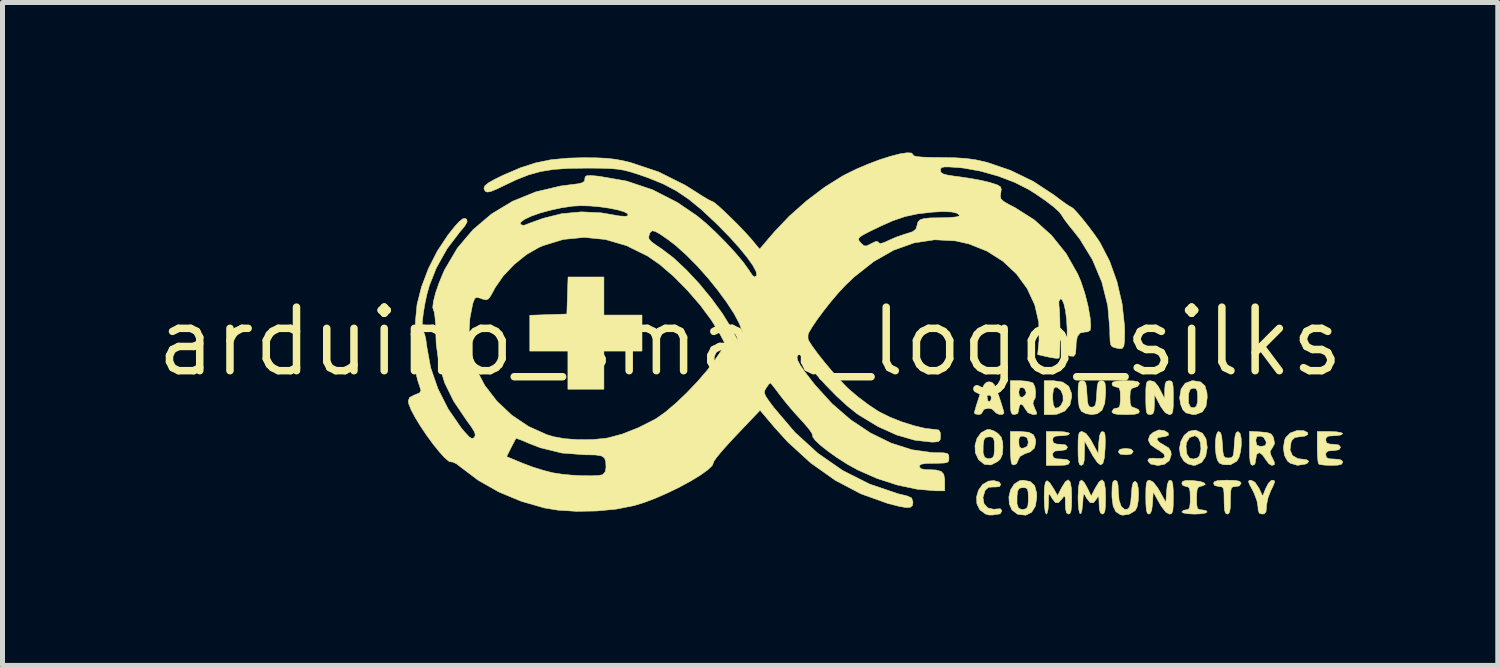
<source format=kicad_pcb>
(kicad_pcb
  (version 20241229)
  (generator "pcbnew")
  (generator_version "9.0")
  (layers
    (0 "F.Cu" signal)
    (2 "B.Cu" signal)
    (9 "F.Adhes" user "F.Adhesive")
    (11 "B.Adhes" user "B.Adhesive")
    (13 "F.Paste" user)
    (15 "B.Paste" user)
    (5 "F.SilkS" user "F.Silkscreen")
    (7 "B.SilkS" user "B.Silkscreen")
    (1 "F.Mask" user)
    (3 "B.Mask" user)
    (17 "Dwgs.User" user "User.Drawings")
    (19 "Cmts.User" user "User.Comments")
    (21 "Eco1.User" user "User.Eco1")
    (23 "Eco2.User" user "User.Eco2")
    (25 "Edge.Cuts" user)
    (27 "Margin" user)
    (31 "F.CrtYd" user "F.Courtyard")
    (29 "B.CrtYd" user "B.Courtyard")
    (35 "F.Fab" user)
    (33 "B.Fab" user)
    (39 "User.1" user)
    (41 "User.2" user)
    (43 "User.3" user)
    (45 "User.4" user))
  (footprint "arduino_small_logo_silks"
    (layer "F.Cu")
    (at 11.951 3.783)
    (property "Reference" "arduino_small_logo_silks" (at 0 0 0) (layer "F.SilkS") (effects (font (size 1.27 1.27) (thickness 0.15))))
    (attr through_hole)
    (fp_poly (pts (xy 7.62 2.149) (xy 7.659 2.193) (xy 7.659 2.199) (xy 7.627 2.246) (xy 7.524 2.262) (xy 7.511 2.262) (xy 7.401 2.249) (xy 7.363 2.205) (xy 7.363 2.199) (xy 7.395 2.152) (xy 7.497 2.135) (xy 7.511 2.135) (xy 7.62 2.149)) (stroke (width 0.01) (type solid)) (fill yes) (layer "F.SilkS"))
    (fp_poly (pts (xy -2.924 -0.532) (xy -2.162 -0.532) (xy -2.162 0.188) (xy -2.924 0.188) (xy -2.924 0.95) (xy -3.644 0.95) (xy -3.644 0.188) (xy -4.406 0.188) (xy -4.406 -0.528) (xy -4.036 -0.541) (xy -3.665 -0.553) (xy -3.653 -0.923) (xy -3.641 -1.294) (xy -2.924 -1.294) (xy -2.924 -0.532)) (stroke (width 0.01) (type solid)) (fill yes) (layer "F.SilkS"))
    (fp_poly (pts (xy 11.072 1.78) (xy 11.15 1.817) (xy 11.153 1.858) (xy 11.09 1.89) (xy 11.002 1.9) (xy 10.894 1.916) (xy 10.836 1.972) (xy 10.817 2.017) (xy 10.797 2.165) (xy 10.846 2.277) (xy 10.953 2.339) (xy 11.024 2.347) (xy 11.13 2.36) (xy 11.172 2.392) (xy 11.141 2.432) (xy 11.106 2.448) (xy 10.946 2.473) (xy 10.802 2.43) (xy 10.749 2.389) (xy 10.686 2.275) (xy 10.665 2.123) (xy 10.688 1.971) (xy 10.71 1.919) (xy 10.802 1.826) (xy 10.938 1.776) (xy 11.072 1.78)) (stroke (width 0.01) (type solid)) (fill yes) (layer "F.SilkS"))
    (fp_poly (pts (xy 6.253 0.809) (xy 6.372 0.893) (xy 6.427 1.033) (xy 6.431 1.1) (xy 6.395 1.266) (xy 6.292 1.387) (xy 6.137 1.451) (xy 6.052 1.458) (xy 5.881 1.458) (xy 5.881 1.119) (xy 6.05 1.119) (xy 6.063 1.265) (xy 6.103 1.331) (xy 6.169 1.316) (xy 6.211 1.28) (xy 6.259 1.186) (xy 6.257 1.074) (xy 6.215 0.973) (xy 6.141 0.913) (xy 6.105 0.908) (xy 6.069 0.943) (xy 6.052 1.054) (xy 6.05 1.119) (xy 5.881 1.119) (xy 5.881 0.781) (xy 6.072 0.781) (xy 6.253 0.809)) (stroke (width 0.01) (type solid)) (fill yes) (layer "F.SilkS"))
    (fp_poly (pts (xy 10.48 2.776) (xy 10.489 2.806) (xy 10.463 2.877) (xy 10.411 2.982) (xy 10.356 3.125) (xy 10.327 3.269) (xy 10.326 3.298) (xy 10.317 3.401) (xy 10.281 3.442) (xy 10.241 3.448) (xy 10.182 3.43) (xy 10.159 3.363) (xy 10.157 3.305) (xy 10.136 3.183) (xy 10.082 3.036) (xy 10.047 2.966) (xy 9.986 2.853) (xy 9.966 2.795) (xy 9.983 2.773) (xy 10.018 2.77) (xy 10.096 2.811) (xy 10.173 2.925) (xy 10.175 2.929) (xy 10.25 3.088) (xy 10.314 2.929) (xy 10.367 2.829) (xy 10.422 2.774) (xy 10.436 2.77) (xy 10.48 2.776)) (stroke (width 0.01) (type solid)) (fill yes) (layer "F.SilkS"))
    (fp_poly (pts (xy 4.981 2.807) (xy 5.013 2.855) (xy 4.986 2.899) (xy 4.897 2.907) (xy 4.879 2.905) (xy 4.767 2.912) (xy 4.702 2.97) (xy 4.699 2.976) (xy 4.656 3.118) (xy 4.678 3.24) (xy 4.753 3.324) (xy 4.871 3.352) (xy 4.914 3.347) (xy 5.004 3.341) (xy 5.034 3.378) (xy 5.034 3.385) (xy 5.002 3.441) (xy 4.974 3.448) (xy 4.877 3.461) (xy 4.858 3.466) (xy 4.776 3.466) (xy 4.709 3.447) (xy 4.594 3.363) (xy 4.535 3.242) (xy 4.528 3.103) (xy 4.568 2.968) (xy 4.649 2.856) (xy 4.767 2.788) (xy 4.876 2.778) (xy 4.981 2.807)) (stroke (width 0.01) (type solid)) (fill yes) (layer "F.SilkS"))
    (fp_poly (pts (xy 9.697 2.775) (xy 9.783 2.79) (xy 9.816 2.819) (xy 9.818 2.834) (xy 9.781 2.885) (xy 9.712 2.897) (xy 9.655 2.902) (xy 9.624 2.929) (xy 9.61 2.998) (xy 9.606 3.128) (xy 9.606 3.172) (xy 9.602 3.327) (xy 9.587 3.413) (xy 9.557 3.446) (xy 9.543 3.448) (xy 9.507 3.429) (xy 9.487 3.364) (xy 9.48 3.235) (xy 9.479 3.172) (xy 9.477 3.025) (xy 9.467 2.942) (xy 9.441 2.906) (xy 9.391 2.897) (xy 9.373 2.897) (xy 9.288 2.875) (xy 9.268 2.834) (xy 9.286 2.798) (xy 9.352 2.778) (xy 9.48 2.771) (xy 9.543 2.77) (xy 9.697 2.775)) (stroke (width 0.01) (type solid)) (fill yes) (layer "F.SilkS"))
    (fp_poly (pts (xy 5.571 1.811) (xy 5.667 1.862) (xy 5.708 1.956) (xy 5.712 2.012) (xy 5.687 2.127) (xy 5.603 2.203) (xy 5.492 2.242) (xy 5.394 2.297) (xy 5.365 2.358) (xy 5.329 2.441) (xy 5.271 2.467) (xy 5.233 2.447) (xy 5.219 2.393) (xy 5.208 2.278) (xy 5.204 2.126) (xy 5.204 2.107) (xy 5.204 2.008) (xy 5.373 2.008) (xy 5.382 2.1) (xy 5.421 2.13) (xy 5.468 2.128) (xy 5.544 2.091) (xy 5.564 2.008) (xy 5.54 1.921) (xy 5.468 1.889) (xy 5.402 1.892) (xy 5.376 1.943) (xy 5.373 2.008) (xy 5.204 2.008) (xy 5.204 1.797) (xy 5.407 1.797) (xy 5.571 1.811)) (stroke (width 0.01) (type solid)) (fill yes) (layer "F.SilkS"))
    (fp_poly (pts (xy 8.284 1.779) (xy 8.363 1.827) (xy 8.365 1.873) (xy 8.291 1.9) (xy 8.252 1.903) (xy 8.156 1.918) (xy 8.136 1.96) (xy 8.192 2.019) (xy 8.267 2.062) (xy 8.371 2.125) (xy 8.415 2.196) (xy 8.421 2.261) (xy 8.385 2.376) (xy 8.29 2.45) (xy 8.157 2.476) (xy 8.008 2.446) (xy 7.959 2.391) (xy 7.955 2.369) (xy 7.981 2.334) (xy 8.068 2.329) (xy 8.125 2.335) (xy 8.247 2.336) (xy 8.296 2.302) (xy 8.273 2.243) (xy 8.177 2.171) (xy 8.135 2.149) (xy 8.009 2.062) (xy 7.962 1.967) (xy 7.995 1.872) (xy 8.062 1.813) (xy 8.175 1.764) (xy 8.284 1.779)) (stroke (width 0.01) (type solid)) (fill yes) (layer "F.SilkS"))
    (fp_poly (pts (xy 7.338 2.792) (xy 7.358 2.867) (xy 7.363 2.995) (xy 7.379 3.173) (xy 7.423 3.297) (xy 7.489 3.354) (xy 7.545 3.351) (xy 7.587 3.309) (xy 7.612 3.211) (xy 7.625 3.058) (xy 7.638 2.904) (xy 7.659 2.821) (xy 7.695 2.792) (xy 7.701 2.792) (xy 7.739 2.829) (xy 7.761 2.924) (xy 7.769 3.052) (xy 7.761 3.188) (xy 7.739 3.305) (xy 7.701 3.378) (xy 7.701 3.378) (xy 7.583 3.449) (xy 7.453 3.47) (xy 7.405 3.46) (xy 7.314 3.4) (xy 7.26 3.289) (xy 7.237 3.115) (xy 7.236 3.037) (xy 7.24 2.886) (xy 7.256 2.802) (xy 7.287 2.772) (xy 7.299 2.77) (xy 7.338 2.792)) (stroke (width 0.01) (type solid)) (fill yes) (layer "F.SilkS"))
    (fp_poly (pts (xy 6.284 1.804) (xy 6.368 1.822) (xy 6.389 1.839) (xy 6.351 1.866) (xy 6.258 1.88) (xy 6.22 1.881) (xy 6.109 1.888) (xy 6.06 1.917) (xy 6.05 1.966) (xy 6.067 2.024) (xy 6.132 2.048) (xy 6.199 2.051) (xy 6.308 2.064) (xy 6.346 2.108) (xy 6.347 2.114) (xy 6.315 2.161) (xy 6.212 2.178) (xy 6.199 2.178) (xy 6.096 2.187) (xy 6.055 2.224) (xy 6.05 2.262) (xy 6.065 2.318) (xy 6.122 2.342) (xy 6.22 2.347) (xy 6.337 2.357) (xy 6.386 2.392) (xy 6.389 2.41) (xy 6.368 2.449) (xy 6.295 2.469) (xy 6.156 2.474) (xy 5.923 2.474) (xy 5.923 1.797) (xy 6.156 1.797) (xy 6.284 1.804)) (stroke (width 0.01) (type solid)) (fill yes) (layer "F.SilkS"))
    (fp_poly (pts (xy 7.081 1.811) (xy 7.098 1.866) (xy 7.103 1.977) (xy 7.1 2.124) (xy 7.085 2.32) (xy 7.055 2.433) (xy 7.009 2.465) (xy 6.944 2.415) (xy 6.856 2.286) (xy 6.825 2.231) (xy 6.689 1.987) (xy 6.687 2.231) (xy 6.681 2.375) (xy 6.661 2.451) (xy 6.625 2.474) (xy 6.622 2.474) (xy 6.589 2.458) (xy 6.57 2.4) (xy 6.56 2.285) (xy 6.558 2.135) (xy 6.56 1.966) (xy 6.569 1.865) (xy 6.587 1.814) (xy 6.621 1.798) (xy 6.64 1.797) (xy 6.717 1.836) (xy 6.807 1.955) (xy 6.841 2.016) (xy 6.96 2.236) (xy 6.973 2.016) (xy 6.989 1.877) (xy 7.019 1.809) (xy 7.049 1.797) (xy 7.081 1.811)) (stroke (width 0.01) (type solid)) (fill yes) (layer "F.SilkS"))
    (fp_poly (pts (xy 8.921 1.774) (xy 9.047 1.832) (xy 9.117 1.941) (xy 9.141 2.112) (xy 9.141 2.122) (xy 9.111 2.294) (xy 9.03 2.415) (xy 8.905 2.471) (xy 8.866 2.474) (xy 8.756 2.445) (xy 8.675 2.389) (xy 8.604 2.271) (xy 8.586 2.132) (xy 8.593 2.098) (xy 8.717 2.098) (xy 8.734 2.247) (xy 8.787 2.327) (xy 8.866 2.347) (xy 8.952 2.321) (xy 8.988 2.28) (xy 9.016 2.146) (xy 9.006 2.019) (xy 8.963 1.922) (xy 8.895 1.881) (xy 8.891 1.881) (xy 8.787 1.918) (xy 8.727 2.018) (xy 8.717 2.098) (xy 8.593 2.098) (xy 8.615 1.992) (xy 8.681 1.871) (xy 8.778 1.791) (xy 8.896 1.769) (xy 8.921 1.774)) (stroke (width 0.01) (type solid)) (fill yes) (layer "F.SilkS"))
    (fp_poly (pts (xy 9.008 0.805) (xy 9.097 0.885) (xy 9.137 1.028) (xy 9.141 1.116) (xy 9.117 1.293) (xy 9.043 1.405) (xy 8.915 1.454) (xy 8.854 1.458) (xy 8.719 1.424) (xy 8.656 1.364) (xy 8.61 1.256) (xy 8.59 1.124) (xy 8.59 1.119) (xy 8.598 1.07) (xy 8.767 1.07) (xy 8.768 1.228) (xy 8.808 1.311) (xy 8.876 1.323) (xy 8.924 1.293) (xy 8.946 1.214) (xy 8.95 1.119) (xy 8.945 1) (xy 8.921 0.944) (xy 8.871 0.929) (xy 8.866 0.929) (xy 8.803 0.95) (xy 8.773 1.028) (xy 8.767 1.07) (xy 8.598 1.07) (xy 8.619 0.945) (xy 8.701 0.831) (xy 8.834 0.782) (xy 8.865 0.781) (xy 9.008 0.805)) (stroke (width 0.01) (type solid)) (fill yes) (layer "F.SilkS"))
    (fp_poly (pts (xy 5.601 2.796) (xy 5.69 2.878) (xy 5.729 3.024) (xy 5.733 3.104) (xy 5.706 3.287) (xy 5.63 3.412) (xy 5.513 3.47) (xy 5.364 3.454) (xy 5.341 3.446) (xy 5.237 3.366) (xy 5.183 3.244) (xy 5.183 3.24) (xy 5.337 3.24) (xy 5.367 3.329) (xy 5.434 3.358) (xy 5.468 3.355) (xy 5.525 3.337) (xy 5.554 3.289) (xy 5.563 3.188) (xy 5.564 3.13) (xy 5.56 3.005) (xy 5.543 2.942) (xy 5.5 2.921) (xy 5.458 2.918) (xy 5.387 2.93) (xy 5.353 2.98) (xy 5.338 3.082) (xy 5.337 3.24) (xy 5.183 3.24) (xy 5.175 3.103) (xy 5.209 2.964) (xy 5.281 2.849) (xy 5.388 2.78) (xy 5.456 2.77) (xy 5.601 2.796)) (stroke (width 0.01) (type solid)) (fill yes) (layer "F.SilkS"))
    (fp_poly (pts (xy 7.073 0.791) (xy 7.098 0.834) (xy 7.108 0.931) (xy 7.109 1.025) (xy 7.092 1.233) (xy 7.038 1.369) (xy 6.943 1.441) (xy 6.834 1.458) (xy 6.715 1.439) (xy 6.626 1.393) (xy 6.625 1.391) (xy 6.582 1.31) (xy 6.561 1.165) (xy 6.558 1.053) (xy 6.561 0.905) (xy 6.573 0.822) (xy 6.601 0.787) (xy 6.641 0.781) (xy 6.687 0.791) (xy 6.714 0.836) (xy 6.729 0.933) (xy 6.736 1.045) (xy 6.746 1.191) (xy 6.764 1.271) (xy 6.796 1.304) (xy 6.833 1.31) (xy 6.881 1.3) (xy 6.908 1.257) (xy 6.923 1.163) (xy 6.931 1.045) (xy 6.941 0.899) (xy 6.959 0.819) (xy 6.991 0.786) (xy 7.026 0.781) (xy 7.073 0.791)) (stroke (width 0.01) (type solid)) (fill yes) (layer "F.SilkS"))
    (fp_poly (pts (xy 8.434 2.788) (xy 8.453 2.851) (xy 8.462 2.973) (xy 8.463 3.109) (xy 8.461 3.278) (xy 8.453 3.38) (xy 8.433 3.431) (xy 8.4 3.447) (xy 8.385 3.448) (xy 8.313 3.408) (xy 8.224 3.293) (xy 8.184 3.225) (xy 8.061 3.003) (xy 8.048 3.225) (xy 8.032 3.367) (xy 8.002 3.436) (xy 7.974 3.448) (xy 7.943 3.43) (xy 7.924 3.367) (xy 7.915 3.245) (xy 7.913 3.109) (xy 7.915 2.94) (xy 7.924 2.838) (xy 7.943 2.787) (xy 7.977 2.771) (xy 7.991 2.77) (xy 8.063 2.81) (xy 8.152 2.925) (xy 8.192 2.993) (xy 8.315 3.215) (xy 8.328 2.993) (xy 8.344 2.851) (xy 8.374 2.782) (xy 8.402 2.77) (xy 8.434 2.788)) (stroke (width 0.01) (type solid)) (fill yes) (layer "F.SilkS"))
    (fp_poly (pts (xy 9.798 1.834) (xy 9.82 1.928) (xy 9.824 2.056) (xy 9.809 2.192) (xy 9.778 2.312) (xy 9.733 2.389) (xy 9.606 2.462) (xy 9.46 2.46) (xy 9.384 2.428) (xy 9.344 2.368) (xy 9.317 2.257) (xy 9.304 2.121) (xy 9.306 1.984) (xy 9.322 1.87) (xy 9.353 1.804) (xy 9.371 1.797) (xy 9.409 1.821) (xy 9.432 1.902) (xy 9.445 2.054) (xy 9.446 2.061) (xy 9.455 2.206) (xy 9.471 2.285) (xy 9.502 2.319) (xy 9.557 2.326) (xy 9.564 2.326) (xy 9.622 2.32) (xy 9.655 2.29) (xy 9.672 2.216) (xy 9.682 2.079) (xy 9.682 2.061) (xy 9.695 1.907) (xy 9.718 1.823) (xy 9.755 1.797) (xy 9.757 1.797) (xy 9.798 1.834)) (stroke (width 0.01) (type solid)) (fill yes) (layer "F.SilkS"))
    (fp_poly (pts (xy 4.867 1.78) (xy 4.956 1.835) (xy 5.022 1.91) (xy 5.051 2.012) (xy 5.056 2.114) (xy 5.045 2.254) (xy 5.005 2.344) (xy 4.956 2.393) (xy 4.817 2.465) (xy 4.686 2.454) (xy 4.569 2.359) (xy 4.568 2.358) (xy 4.505 2.224) (xy 4.659 2.224) (xy 4.69 2.313) (xy 4.757 2.342) (xy 4.791 2.339) (xy 4.848 2.321) (xy 4.876 2.273) (xy 4.886 2.172) (xy 4.886 2.114) (xy 4.883 1.989) (xy 4.865 1.926) (xy 4.823 1.905) (xy 4.78 1.903) (xy 4.71 1.914) (xy 4.676 1.964) (xy 4.661 2.066) (xy 4.659 2.224) (xy 4.505 2.224) (xy 4.504 2.224) (xy 4.497 2.074) (xy 4.538 1.933) (xy 4.62 1.82) (xy 4.734 1.759) (xy 4.78 1.754) (xy 4.867 1.78)) (stroke (width 0.01) (type solid)) (fill yes) (layer "F.SilkS"))
    (fp_poly (pts (xy 7.078 2.804) (xy 7.102 2.928) (xy 7.109 3.109) (xy 7.106 3.283) (xy 7.095 3.387) (xy 7.073 3.437) (xy 7.045 3.448) (xy 7.004 3.423) (xy 6.983 3.339) (xy 6.979 3.247) (xy 6.975 3.132) (xy 6.964 3.092) (xy 6.943 3.116) (xy 6.93 3.141) (xy 6.867 3.222) (xy 6.8 3.219) (xy 6.731 3.132) (xy 6.724 3.12) (xy 6.689 3.056) (xy 6.67 3.047) (xy 6.66 3.103) (xy 6.652 3.225) (xy 6.636 3.371) (xy 6.615 3.439) (xy 6.593 3.433) (xy 6.573 3.358) (xy 6.561 3.221) (xy 6.558 3.109) (xy 6.566 2.912) (xy 6.59 2.798) (xy 6.629 2.767) (xy 6.684 2.819) (xy 6.745 2.929) (xy 6.821 3.088) (xy 6.902 2.929) (xy 6.978 2.805) (xy 7.037 2.763) (xy 7.078 2.804)) (stroke (width 0.01) (type solid)) (fill yes) (layer "F.SilkS"))
    (fp_poly (pts (xy 8.421 0.788) (xy 8.446 0.82) (xy 8.459 0.895) (xy 8.463 1.03) (xy 8.463 1.119) (xy 8.462 1.288) (xy 8.453 1.389) (xy 8.435 1.44) (xy 8.401 1.457) (xy 8.379 1.458) (xy 8.302 1.42) (xy 8.217 1.305) (xy 8.191 1.257) (xy 8.086 1.056) (xy 8.084 1.257) (xy 8.078 1.38) (xy 8.056 1.44) (xy 8.01 1.458) (xy 7.998 1.458) (xy 7.955 1.451) (xy 7.93 1.418) (xy 7.918 1.343) (xy 7.913 1.209) (xy 7.913 1.119) (xy 7.914 0.951) (xy 7.922 0.851) (xy 7.94 0.8) (xy 7.974 0.783) (xy 8.01 0.781) (xy 8.088 0.805) (xy 8.159 0.89) (xy 8.198 0.961) (xy 8.289 1.141) (xy 8.291 0.961) (xy 8.3 0.845) (xy 8.326 0.793) (xy 8.379 0.781) (xy 8.421 0.788)) (stroke (width 0.01) (type solid)) (fill yes) (layer "F.SilkS"))
    (fp_poly (pts (xy 8.833 2.777) (xy 8.866 2.779) (xy 8.999 2.795) (xy 9.081 2.823) (xy 9.104 2.854) (xy 9.056 2.881) (xy 9.015 2.89) (xy 8.965 2.909) (xy 8.939 2.96) (xy 8.93 3.066) (xy 8.929 3.133) (xy 8.932 3.265) (xy 8.947 3.334) (xy 8.983 3.359) (xy 9.035 3.363) (xy 9.114 3.377) (xy 9.141 3.405) (xy 9.102 3.428) (xy 9.001 3.443) (xy 8.887 3.448) (xy 8.751 3.441) (xy 8.66 3.424) (xy 8.633 3.405) (xy 8.668 3.371) (xy 8.717 3.363) (xy 8.766 3.353) (xy 8.792 3.309) (xy 8.801 3.212) (xy 8.802 3.13) (xy 8.798 2.996) (xy 8.782 2.926) (xy 8.747 2.9) (xy 8.717 2.897) (xy 8.648 2.87) (xy 8.633 2.832) (xy 8.649 2.794) (xy 8.71 2.777) (xy 8.833 2.777)) (stroke (width 0.01) (type solid)) (fill yes) (layer "F.SilkS"))
    (fp_poly (pts (xy 6.402 2.807) (xy 6.425 2.934) (xy 6.431 3.109) (xy 6.428 3.283) (xy 6.417 3.387) (xy 6.396 3.437) (xy 6.368 3.448) (xy 6.327 3.424) (xy 6.308 3.342) (xy 6.304 3.248) (xy 6.303 3.13) (xy 6.293 3.086) (xy 6.267 3.102) (xy 6.238 3.142) (xy 6.167 3.22) (xy 6.107 3.22) (xy 6.043 3.139) (xy 6.032 3.12) (xy 5.995 3.056) (xy 5.977 3.047) (xy 5.969 3.102) (xy 5.967 3.225) (xy 5.959 3.35) (xy 5.94 3.43) (xy 5.923 3.448) (xy 5.902 3.408) (xy 5.888 3.3) (xy 5.881 3.139) (xy 5.881 3.109) (xy 5.886 2.919) (xy 5.905 2.81) (xy 5.939 2.779) (xy 5.992 2.822) (xy 6.059 2.923) (xy 6.149 3.077) (xy 6.228 2.923) (xy 6.303 2.802) (xy 6.361 2.763) (xy 6.402 2.807)) (stroke (width 0.01) (type solid)) (fill yes) (layer "F.SilkS"))
    (fp_poly (pts (xy 4.836 0.813) (xy 4.881 0.858) (xy 4.927 0.954) (xy 4.977 1.096) (xy 5.026 1.244) (xy 5.061 1.36) (xy 5.077 1.421) (xy 5.077 1.424) (xy 5.046 1.456) (xy 4.979 1.454) (xy 4.914 1.423) (xy 4.892 1.395) (xy 4.836 1.346) (xy 4.76 1.331) (xy 4.674 1.353) (xy 4.653 1.395) (xy 4.618 1.446) (xy 4.569 1.458) (xy 4.5 1.444) (xy 4.484 1.424) (xy 4.497 1.37) (xy 4.53 1.258) (xy 4.577 1.113) (xy 4.583 1.096) (xy 4.583 1.096) (xy 4.738 1.096) (xy 4.752 1.176) (xy 4.78 1.204) (xy 4.815 1.169) (xy 4.823 1.122) (xy 4.803 1.041) (xy 4.78 1.014) (xy 4.749 1.028) (xy 4.738 1.096) (xy 4.583 1.096) (xy 4.639 0.941) (xy 4.684 0.852) (xy 4.73 0.811) (xy 4.78 0.802) (xy 4.836 0.813)) (stroke (width 0.01) (type solid)) (fill yes) (layer "F.SilkS"))
    (fp_poly (pts (xy 11.731 1.803) (xy 11.823 1.82) (xy 11.85 1.839) (xy 11.812 1.866) (xy 11.719 1.88) (xy 11.681 1.881) (xy 11.57 1.888) (xy 11.521 1.917) (xy 11.511 1.966) (xy 11.528 2.024) (xy 11.593 2.048) (xy 11.659 2.051) (xy 11.769 2.064) (xy 11.807 2.108) (xy 11.808 2.114) (xy 11.776 2.161) (xy 11.673 2.178) (xy 11.659 2.178) (xy 11.557 2.187) (xy 11.516 2.224) (xy 11.511 2.262) (xy 11.526 2.318) (xy 11.583 2.342) (xy 11.681 2.347) (xy 11.798 2.357) (xy 11.847 2.392) (xy 11.85 2.41) (xy 11.829 2.449) (xy 11.754 2.469) (xy 11.624 2.474) (xy 11.492 2.469) (xy 11.398 2.457) (xy 11.37 2.446) (xy 11.356 2.392) (xy 11.346 2.278) (xy 11.342 2.126) (xy 11.342 2.107) (xy 11.342 1.797) (xy 11.596 1.797) (xy 11.731 1.803)) (stroke (width 0.01) (type solid)) (fill yes) (layer "F.SilkS"))
    (fp_poly (pts (xy 7.667 0.785) (xy 7.754 0.801) (xy 7.785 0.832) (xy 7.786 0.841) (xy 7.75 0.894) (xy 7.691 0.915) (xy 7.631 0.935) (xy 7.603 0.988) (xy 7.596 1.098) (xy 7.596 1.119) (xy 7.601 1.239) (xy 7.626 1.299) (xy 7.68 1.322) (xy 7.691 1.323) (xy 7.765 1.357) (xy 7.786 1.397) (xy 7.765 1.432) (xy 7.692 1.451) (xy 7.552 1.458) (xy 7.511 1.458) (xy 7.356 1.454) (xy 7.271 1.439) (xy 7.238 1.409) (xy 7.236 1.395) (xy 7.271 1.343) (xy 7.32 1.331) (xy 7.371 1.32) (xy 7.396 1.273) (xy 7.405 1.168) (xy 7.405 1.119) (xy 7.401 0.992) (xy 7.382 0.929) (xy 7.34 0.909) (xy 7.32 0.908) (xy 7.251 0.881) (xy 7.236 0.844) (xy 7.254 0.809) (xy 7.32 0.789) (xy 7.448 0.781) (xy 7.511 0.781) (xy 7.667 0.785)) (stroke (width 0.01) (type solid)) (fill yes) (layer "F.SilkS"))
    (fp_poly (pts (xy 5.538 0.791) (xy 5.636 0.816) (xy 5.661 0.831) (xy 5.696 0.907) (xy 5.71 1.016) (xy 5.702 1.121) (xy 5.67 1.183) (xy 5.669 1.183) (xy 5.656 1.238) (xy 5.692 1.333) (xy 5.731 1.418) (xy 5.724 1.452) (xy 5.663 1.458) (xy 5.656 1.458) (xy 5.555 1.419) (xy 5.508 1.352) (xy 5.458 1.274) (xy 5.416 1.246) (xy 5.384 1.283) (xy 5.373 1.352) (xy 5.353 1.435) (xy 5.288 1.458) (xy 5.246 1.451) (xy 5.221 1.418) (xy 5.208 1.343) (xy 5.204 1.209) (xy 5.204 1.119) (xy 5.204 1.014) (xy 5.373 1.014) (xy 5.388 1.096) (xy 5.439 1.113) (xy 5.447 1.111) (xy 5.508 1.063) (xy 5.521 1.014) (xy 5.489 0.939) (xy 5.447 0.916) (xy 5.391 0.927) (xy 5.373 1.002) (xy 5.373 1.014) (xy 5.204 1.014) (xy 5.204 0.781) (xy 5.407 0.781) (xy 5.538 0.791)) (stroke (width 0.01) (type solid)) (fill yes) (layer "F.SilkS"))
    (fp_poly (pts (xy 10.209 1.805) (xy 10.342 1.818) (xy 10.416 1.844) (xy 10.456 1.896) (xy 10.47 1.933) (xy 10.488 2.039) (xy 10.444 2.122) (xy 10.443 2.123) (xy 10.399 2.19) (xy 10.41 2.258) (xy 10.434 2.305) (xy 10.484 2.409) (xy 10.484 2.46) (xy 10.435 2.474) (xy 10.433 2.474) (xy 10.373 2.44) (xy 10.31 2.356) (xy 10.305 2.347) (xy 10.243 2.26) (xy 10.181 2.22) (xy 10.177 2.22) (xy 10.127 2.258) (xy 10.114 2.347) (xy 10.095 2.448) (xy 10.051 2.474) (xy 10.018 2.458) (xy 9.999 2.4) (xy 9.989 2.286) (xy 9.987 2.133) (xy 9.987 1.984) (xy 10.114 1.984) (xy 10.131 2.066) (xy 10.196 2.092) (xy 10.223 2.093) (xy 10.302 2.079) (xy 10.321 2.023) (xy 10.318 1.998) (xy 10.27 1.912) (xy 10.21 1.889) (xy 10.138 1.895) (xy 10.115 1.955) (xy 10.114 1.984) (xy 9.987 1.984) (xy 9.987 1.792) (xy 10.209 1.805)) (stroke (width 0.01) (type solid)) (fill yes) (layer "F.SilkS"))
    (fp_poly (pts (xy 3.231 -3.772) (xy 3.256 -3.742) (xy 3.274 -3.718) (xy 3.336 -3.701) (xy 3.452 -3.691) (xy 3.634 -3.685) (xy 3.817 -3.683) (xy 4.097 -3.678) (xy 4.319 -3.664) (xy 4.512 -3.637) (xy 4.702 -3.595) (xy 4.738 -3.586) (xy 5.207 -3.426) (xy 5.661 -3.206) (xy 6.068 -2.939) (xy 6.086 -2.926) (xy 6.224 -2.822) (xy 6.337 -2.742) (xy 6.41 -2.696) (xy 6.425 -2.691) (xy 6.468 -2.659) (xy 6.547 -2.574) (xy 6.649 -2.453) (xy 6.762 -2.311) (xy 6.873 -2.163) (xy 6.968 -2.028) (xy 6.999 -1.978) (xy 7.188 -1.614) (xy 7.337 -1.198) (xy 7.439 -0.757) (xy 7.487 -0.317) (xy 7.49 -0.189) (xy 7.487 -0.015) (xy 7.474 0.088) (xy 7.441 0.135) (xy 7.379 0.14) (xy 7.289 0.119) (xy 7.241 0.1) (xy 7.213 0.063) (xy 7.199 -0.012) (xy 7.194 -0.142) (xy 7.193 -0.251) (xy 7.152 -0.721) (xy 7.035 -1.189) (xy 6.847 -1.638) (xy 6.596 -2.048) (xy 6.472 -2.207) (xy 6.368 -2.335) (xy 6.285 -2.445) (xy 6.24 -2.515) (xy 6.237 -2.521) (xy 6.183 -2.594) (xy 6.069 -2.697) (xy 5.909 -2.82) (xy 5.718 -2.951) (xy 5.576 -3.041) (xy 5.293 -3.185) (xy 4.959 -3.312) (xy 4.606 -3.411) (xy 4.268 -3.472) (xy 4.158 -3.483) (xy 3.986 -3.494) (xy 3.881 -3.494) (xy 3.828 -3.482) (xy 3.809 -3.453) (xy 3.807 -3.426) (xy 3.816 -3.386) (xy 3.856 -3.357) (xy 3.94 -3.333) (xy 4.085 -3.31) (xy 4.198 -3.296) (xy 4.404 -3.265) (xy 4.609 -3.228) (xy 4.775 -3.189) (xy 4.814 -3.178) (xy 4.941 -3.137) (xy 5.005 -3.1) (xy 5.023 -3.052) (xy 5.013 -2.974) (xy 5.004 -2.906) (xy 5.017 -2.855) (xy 5.066 -2.808) (xy 5.165 -2.749) (xy 5.297 -2.681) (xy 5.682 -2.437) (xy 6.027 -2.127) (xy 6.32 -1.762) (xy 6.551 -1.354) (xy 6.613 -1.209) (xy 6.693 -0.97) (xy 6.758 -0.715) (xy 6.8 -0.477) (xy 6.812 -0.312) (xy 6.8 -0.226) (xy 6.746 -0.196) (xy 6.69 -0.193) (xy 6.599 -0.173) (xy 6.544 -0.104) (xy 6.52 0.028) (xy 6.517 0.128) (xy 6.507 0.243) (xy 6.47 0.291) (xy 6.396 0.287) (xy 6.394 0.286) (xy 6.356 0.266) (xy 6.336 0.22) (xy 6.33 0.128) (xy 6.336 -0.027) (xy 6.338 -0.06) (xy 6.34 -0.253) (xy 6.329 -0.444) (xy 6.307 -0.618) (xy 6.276 -0.755) (xy 6.239 -0.84) (xy 6.206 -0.858) (xy 6.175 -0.806) (xy 6.177 -0.718) (xy 6.187 -0.623) (xy 6.193 -0.478) (xy 6.197 -0.302) (xy 6.198 -0.115) (xy 6.196 0.061) (xy 6.191 0.208) (xy 6.184 0.303) (xy 6.177 0.329) (xy 6.127 0.333) (xy 6.024 0.319) (xy 5.953 0.304) (xy 5.75 0.258) (xy 5.778 -0.023) (xy 5.773 -0.387) (xy 5.692 -0.737) (xy 5.54 -1.063) (xy 5.326 -1.356) (xy 5.056 -1.608) (xy 4.739 -1.81) (xy 4.38 -1.954) (xy 4.106 -2.016) (xy 3.691 -2.038) (xy 3.28 -1.976) (xy 2.873 -1.831) (xy 2.472 -1.603) (xy 2.078 -1.292) (xy 1.902 -1.124) (xy 1.764 -0.976) (xy 1.618 -0.804) (xy 1.475 -0.623) (xy 1.344 -0.447) (xy 1.238 -0.29) (xy 1.166 -0.168) (xy 1.14 -0.094) (xy 1.14 -0.094) (xy 1.167 -0.027) (xy 1.24 0.087) (xy 1.349 0.236) (xy 1.482 0.404) (xy 1.628 0.579) (xy 1.776 0.746) (xy 1.914 0.891) (xy 1.989 0.962) (xy 2.166 1.111) (xy 2.367 1.262) (xy 2.555 1.387) (xy 2.592 1.408) (xy 2.796 1.509) (xy 3.033 1.603) (xy 3.277 1.68) (xy 3.502 1.734) (xy 3.681 1.754) (xy 3.686 1.754) (xy 3.772 1.766) (xy 3.803 1.817) (xy 3.807 1.881) (xy 3.801 1.961) (xy 3.767 1.998) (xy 3.682 2.007) (xy 3.627 2.008) (xy 3.292 1.97) (xy 2.929 1.865) (xy 2.554 1.695) (xy 2.179 1.468) (xy 2.134 1.437) (xy 1.945 1.286) (xy 1.73 1.089) (xy 1.512 0.867) (xy 1.313 0.645) (xy 1.156 0.444) (xy 1.142 0.424) (xy 1.052 0.306) (xy 0.99 0.26) (xy 0.958 0.268) (xy 0.938 0.31) (xy 0.951 0.374) (xy 1.001 0.469) (xy 1.096 0.605) (xy 1.239 0.791) (xy 1.299 0.867) (xy 1.638 1.24) (xy 2.011 1.562) (xy 2.409 1.827) (xy 2.82 2.028) (xy 3.234 2.161) (xy 3.641 2.218) (xy 3.729 2.22) (xy 3.867 2.222) (xy 3.941 2.235) (xy 3.971 2.267) (xy 3.976 2.326) (xy 3.972 2.381) (xy 3.946 2.413) (xy 3.881 2.427) (xy 3.759 2.431) (xy 3.68 2.432) (xy 3.519 2.435) (xy 3.427 2.449) (xy 3.388 2.475) (xy 3.383 2.495) (xy 3.414 2.541) (xy 3.512 2.559) (xy 3.542 2.559) (xy 3.715 2.566) (xy 3.82 2.594) (xy 3.873 2.653) (xy 3.891 2.754) (xy 3.891 2.796) (xy 3.891 2.982) (xy 3.711 2.982) (xy 3.342 2.951) (xy 2.941 2.866) (xy 2.535 2.734) (xy 2.148 2.563) (xy 1.947 2.452) (xy 1.742 2.321) (xy 1.559 2.191) (xy 1.408 2.072) (xy 1.301 1.971) (xy 1.25 1.899) (xy 1.249 1.875) (xy 1.234 1.828) (xy 1.17 1.738) (xy 1.07 1.621) (xy 1.025 1.572) (xy 0.878 1.411) (xy 0.727 1.233) (xy 0.603 1.076) (xy 0.596 1.066) (xy 0.506 0.947) (xy 0.438 0.86) (xy 0.403 0.823) (xy 0.402 0.823) (xy 0.371 0.854) (xy 0.321 0.925) (xy 0.291 0.978) (xy 0.286 1.027) (xy 0.313 1.092) (xy 0.378 1.189) (xy 0.473 1.316) (xy 0.894 1.811) (xy 1.355 2.232) (xy 1.854 2.578) (xy 2.39 2.848) (xy 2.962 3.042) (xy 3.14 3.085) (xy 3.229 3.125) (xy 3.256 3.204) (xy 3.256 3.216) (xy 3.245 3.279) (xy 3.202 3.313) (xy 3.117 3.317) (xy 2.976 3.292) (xy 2.769 3.239) (xy 2.75 3.234) (xy 2.217 3.043) (xy 1.702 2.772) (xy 1.212 2.425) (xy 0.753 2.006) (xy 0.484 1.709) (xy 0.199 1.372) (xy -0.272 1.867) (xy -0.431 2.037) (xy -0.566 2.188) (xy -0.666 2.31) (xy -0.723 2.39) (xy -0.732 2.414) (xy -0.759 2.479) (xy -0.852 2.567) (xy -0.999 2.672) (xy -1.188 2.787) (xy -1.407 2.906) (xy -1.643 3.021) (xy -1.884 3.127) (xy -2.117 3.216) (xy -2.33 3.281) (xy -2.332 3.281) (xy -2.68 3.349) (xy -3.07 3.386) (xy -3.468 3.393) (xy -3.845 3.369) (xy -4.11 3.326) (xy -4.577 3.192) (xy -5.028 3.004) (xy -5.44 2.77) (xy -5.771 2.52) (xy -5.869 2.445) (xy -5.944 2.407) (xy -5.967 2.407) (xy -6.021 2.394) (xy -6.108 2.321) (xy -6.129 2.298) (xy -4.87 2.298) (xy -4.547 2.432) (xy -4.348 2.507) (xy -4.134 2.574) (xy -3.949 2.621) (xy -3.945 2.622) (xy -3.771 2.649) (xy -3.568 2.669) (xy -3.361 2.68) (xy -3.171 2.682) (xy -3.024 2.675) (xy -2.949 2.66) (xy -2.897 2.6) (xy -2.882 2.515) (xy -2.887 2.4) (xy -2.912 2.326) (xy -2.973 2.285) (xy -3.085 2.266) (xy -3.264 2.262) (xy -3.299 2.262) (xy -3.764 2.227) (xy -4.196 2.121) (xy -4.429 2.031) (xy -4.556 1.976) (xy -4.648 1.942) (xy -4.682 1.934) (xy -4.705 1.975) (xy -4.753 2.066) (xy -4.781 2.121) (xy -4.87 2.298) (xy -6.129 2.298) (xy -6.217 2.201) (xy -6.341 2.047) (xy -6.468 1.873) (xy -6.59 1.692) (xy -6.697 1.517) (xy -6.78 1.362) (xy -6.828 1.24) (xy -6.837 1.19) (xy -6.812 1.117) (xy -6.719 1.068) (xy -6.701 1.062) (xy -6.606 1.022) (xy -6.583 0.972) (xy -6.588 0.954) (xy -6.644 0.787) (xy -6.692 0.594) (xy -6.732 0.392) (xy -6.759 0.197) (xy -6.773 0.025) (xy -6.772 -0.107) (xy -6.753 -0.182) (xy -6.734 -0.193) (xy -6.711 -0.231) (xy -6.695 -0.33) (xy -6.692 -0.419) (xy -6.661 -0.741) (xy -6.572 -1.094) (xy -6.435 -1.457) (xy -6.257 -1.809) (xy -6.047 -2.126) (xy -6.039 -2.137) (xy -5.906 -2.304) (xy -5.81 -2.409) (xy -5.743 -2.459) (xy -5.694 -2.464) (xy -5.668 -2.446) (xy -5.659 -2.398) (xy -5.703 -2.317) (xy -5.807 -2.192) (xy -5.808 -2.191) (xy -6.062 -1.857) (xy -6.275 -1.475) (xy -6.415 -1.122) (xy -6.464 -0.945) (xy -6.505 -0.753) (xy -6.536 -0.566) (xy -6.555 -0.4) (xy -6.559 -0.273) (xy -6.547 -0.202) (xy -6.534 -0.193) (xy -6.51 -0.154) (xy -6.486 -0.052) (xy -6.466 0.092) (xy -6.464 0.109) (xy -6.389 0.519) (xy -6.244 0.939) (xy -6.038 1.346) (xy -5.781 1.72) (xy -5.705 1.81) (xy -5.618 1.904) (xy -5.564 1.938) (xy -5.525 1.923) (xy -5.513 1.91) (xy -5.496 1.867) (xy -5.512 1.805) (xy -5.57 1.71) (xy -5.675 1.565) (xy -5.676 1.564) (xy -5.928 1.19) (xy -6.108 0.825) (xy -6.222 0.449) (xy -6.278 0.042) (xy -6.285 -0.158) (xy -5.623 -0.158) (xy -5.602 0.131) (xy -5.596 0.167) (xy -5.488 0.529) (xy -5.307 0.874) (xy -5.063 1.191) (xy -4.767 1.469) (xy -4.431 1.695) (xy -4.066 1.859) (xy -3.935 1.899) (xy -3.71 1.94) (xy -3.438 1.96) (xy -3.155 1.958) (xy -2.896 1.933) (xy -2.843 1.924) (xy -2.555 1.847) (xy -2.238 1.722) (xy -1.925 1.564) (xy -1.877 1.537) (xy -1.699 1.412) (xy -1.489 1.234) (xy -1.267 1.023) (xy -1.049 0.794) (xy -0.852 0.565) (xy -0.703 0.365) (xy -0.493 0.056) (xy -0.597 -0.142) (xy -0.773 -0.429) (xy -0.998 -0.732) (xy -1.256 -1.03) (xy -1.53 -1.306) (xy -1.803 -1.541) (xy -2.049 -1.712) (xy -2.471 -1.92) (xy -2.895 -2.044) (xy -3.317 -2.086) (xy -3.735 -2.045) (xy -4.146 -1.919) (xy -4.222 -1.886) (xy -4.474 -1.741) (xy -4.721 -1.542) (xy -4.938 -1.313) (xy -5.101 -1.078) (xy -5.111 -1.058) (xy -5.182 -0.926) (xy -5.233 -0.856) (xy -5.283 -0.836) (xy -5.351 -0.852) (xy -5.397 -0.869) (xy -5.468 -0.888) (xy -5.509 -0.862) (xy -5.543 -0.773) (xy -5.549 -0.752) (xy -5.604 -0.468) (xy -5.623 -0.158) (xy -6.285 -0.158) (xy -6.286 -0.172) (xy -6.291 -0.353) (xy -6.303 -0.502) (xy -6.318 -0.598) (xy -6.329 -0.623) (xy -6.347 -0.684) (xy -6.333 -0.806) (xy -6.291 -0.971) (xy -6.225 -1.164) (xy -6.141 -1.368) (xy -6.103 -1.45) (xy -5.854 -1.871) (xy -5.661 -2.099) (xy -2.028 -2.099) (xy -2.021 -2.052) (xy -1.976 -2.001) (xy -1.882 -1.931) (xy -1.766 -1.854) (xy -1.531 -1.675) (xy -1.277 -1.437) (xy -1.018 -1.16) (xy -0.772 -0.861) (xy -0.553 -0.561) (xy -0.378 -0.277) (xy -0.309 -0.141) (xy -0.247 -0.025) (xy -0.201 0.011) (xy -0.165 -0.031) (xy -0.148 -0.086) (xy -0.155 -0.203) (xy -0.217 -0.366) (xy -0.324 -0.566) (xy -0.47 -0.79) (xy -0.646 -1.029) (xy -0.843 -1.273) (xy -1.054 -1.51) (xy -1.271 -1.729) (xy -1.485 -1.921) (xy -1.639 -2.04) (xy -1.792 -2.146) (xy -1.893 -2.204) (xy -1.956 -2.218) (xy -1.993 -2.192) (xy -2.01 -2.158) (xy -2.028 -2.099) (xy -5.661 -2.099) (xy -5.54 -2.241) (xy -5.415 -2.347) (xy -4.594 -2.347) (xy -4.538 -2.325) (xy -4.497 -2.335) (xy -4.424 -2.364) (xy -4.297 -2.41) (xy -4.144 -2.465) (xy -4.135 -2.468) (xy -3.77 -2.559) (xy -3.373 -2.596) (xy -2.979 -2.577) (xy -2.799 -2.547) (xy -2.613 -2.514) (xy -2.49 -2.507) (xy -2.443 -2.52) (xy -2.446 -2.558) (xy -2.519 -2.597) (xy -2.645 -2.635) (xy -2.81 -2.669) (xy -2.999 -2.696) (xy -3.195 -2.714) (xy -3.383 -2.719) (xy -3.549 -2.711) (xy -3.553 -2.71) (xy -3.78 -2.676) (xy -4.003 -2.627) (xy -4.209 -2.57) (xy -4.385 -2.507) (xy -4.515 -2.445) (xy -4.588 -2.388) (xy -4.594 -2.347) (xy -5.415 -2.347) (xy -5.17 -2.555) (xy -4.75 -2.808) (xy -4.287 -2.996) (xy -3.787 -3.114) (xy -3.591 -3.139) (xy -3.438 -3.158) (xy -3.351 -3.18) (xy -3.313 -3.212) (xy -3.305 -3.253) (xy -3.299 -3.297) (xy -3.268 -3.319) (xy -3.194 -3.323) (xy -3.058 -3.312) (xy -3.02 -3.308) (xy -2.474 -3.213) (xy -1.953 -3.039) (xy -1.454 -2.784) (xy -1.069 -2.522) (xy -0.89 -2.375) (xy -0.691 -2.19) (xy -0.488 -1.986) (xy -0.298 -1.78) (xy -0.138 -1.59) (xy -0.025 -1.433) (xy -0.013 -1.413) (xy 0.043 -1.331) (xy 0.086 -1.294) (xy 0.088 -1.294) (xy 0.133 -1.321) (xy 0.121 -1.4) (xy 0.056 -1.523) (xy -0.057 -1.683) (xy -0.214 -1.875) (xy -0.409 -2.092) (xy -0.639 -2.327) (xy -0.689 -2.376) (xy -0.972 -2.641) (xy -1.228 -2.85) (xy -1.476 -3.017) (xy -1.738 -3.155) (xy -2.035 -3.276) (xy -2.247 -3.35) (xy -2.394 -3.396) (xy -2.521 -3.429) (xy -2.65 -3.45) (xy -2.8 -3.463) (xy -2.993 -3.469) (xy -3.249 -3.471) (xy -3.263 -3.471) (xy -3.626 -3.466) (xy -3.927 -3.445) (xy -4.188 -3.403) (xy -4.43 -3.336) (xy -4.677 -3.239) (xy -4.893 -3.136) (xy -5.068 -3.052) (xy -5.183 -3.005) (xy -5.254 -2.992) (xy -5.294 -3.007) (xy -5.298 -3.012) (xy -5.324 -3.064) (xy -5.307 -3.115) (xy -5.237 -3.174) (xy -5.105 -3.248) (xy -4.931 -3.333) (xy -4.596 -3.476) (xy -4.289 -3.576) (xy -3.98 -3.639) (xy -3.639 -3.671) (xy -3.348 -3.679) (xy -3.078 -3.677) (xy -2.866 -3.667) (xy -2.683 -3.646) (xy -2.504 -3.61) (xy -2.395 -3.584) (xy -1.83 -3.395) (xy -1.294 -3.127) (xy -1.091 -2.999) (xy -0.951 -2.909) (xy -0.837 -2.842) (xy -0.769 -2.808) (xy -0.758 -2.806) (xy -0.717 -2.782) (xy -0.63 -2.71) (xy -0.513 -2.602) (xy -0.377 -2.471) (xy -0.236 -2.331) (xy -0.104 -2.193) (xy 0.006 -2.072) (xy 0.044 -2.027) (xy 0.19 -1.851) (xy 0.368 -2.059) (xy 2.168 -2.059) (xy 2.174 -2.025) (xy 2.207 -1.984) (xy 2.216 -1.975) (xy 2.274 -1.919) (xy 2.326 -1.914) (xy 2.41 -1.955) (xy 2.421 -1.961) (xy 2.515 -2.005) (xy 2.56 -1.996) (xy 2.567 -1.982) (xy 2.603 -1.961) (xy 2.687 -1.985) (xy 2.762 -2.021) (xy 2.922 -2.091) (xy 3.095 -2.151) (xy 3.129 -2.16) (xy 3.253 -2.201) (xy 3.315 -2.252) (xy 3.335 -2.312) (xy 3.353 -2.386) (xy 3.393 -2.434) (xy 3.47 -2.461) (xy 3.6 -2.475) (xy 3.798 -2.478) (xy 3.817 -2.478) (xy 3.991 -2.483) (xy 4.119 -2.495) (xy 4.183 -2.513) (xy 4.188 -2.521) (xy 4.148 -2.566) (xy 4.034 -2.594) (xy 3.856 -2.602) (xy 3.653 -2.591) (xy 3.353 -2.557) (xy 3.099 -2.503) (xy 2.854 -2.419) (xy 2.6 -2.306) (xy 2.403 -2.211) (xy 2.272 -2.143) (xy 2.197 -2.096) (xy 2.168 -2.059) (xy 0.368 -2.059) (xy 0.486 -2.197) (xy 0.785 -2.511) (xy 1.13 -2.817) (xy 1.494 -3.092) (xy 1.851 -3.315) (xy 1.902 -3.342) (xy 2.128 -3.453) (xy 2.363 -3.553) (xy 2.594 -3.64) (xy 2.809 -3.708) (xy 2.995 -3.756) (xy 3.14 -3.778) (xy 3.231 -3.772)) (stroke (width 0.01) (type solid)) (fill yes) (layer "F.SilkS")))
  (gr_rect
    (start -3 -3)
    (end 26.903 10.258)
    (stroke (width 0.1) (type default))
    (fill no)
    (layer "Edge.Cuts")))
</source>
